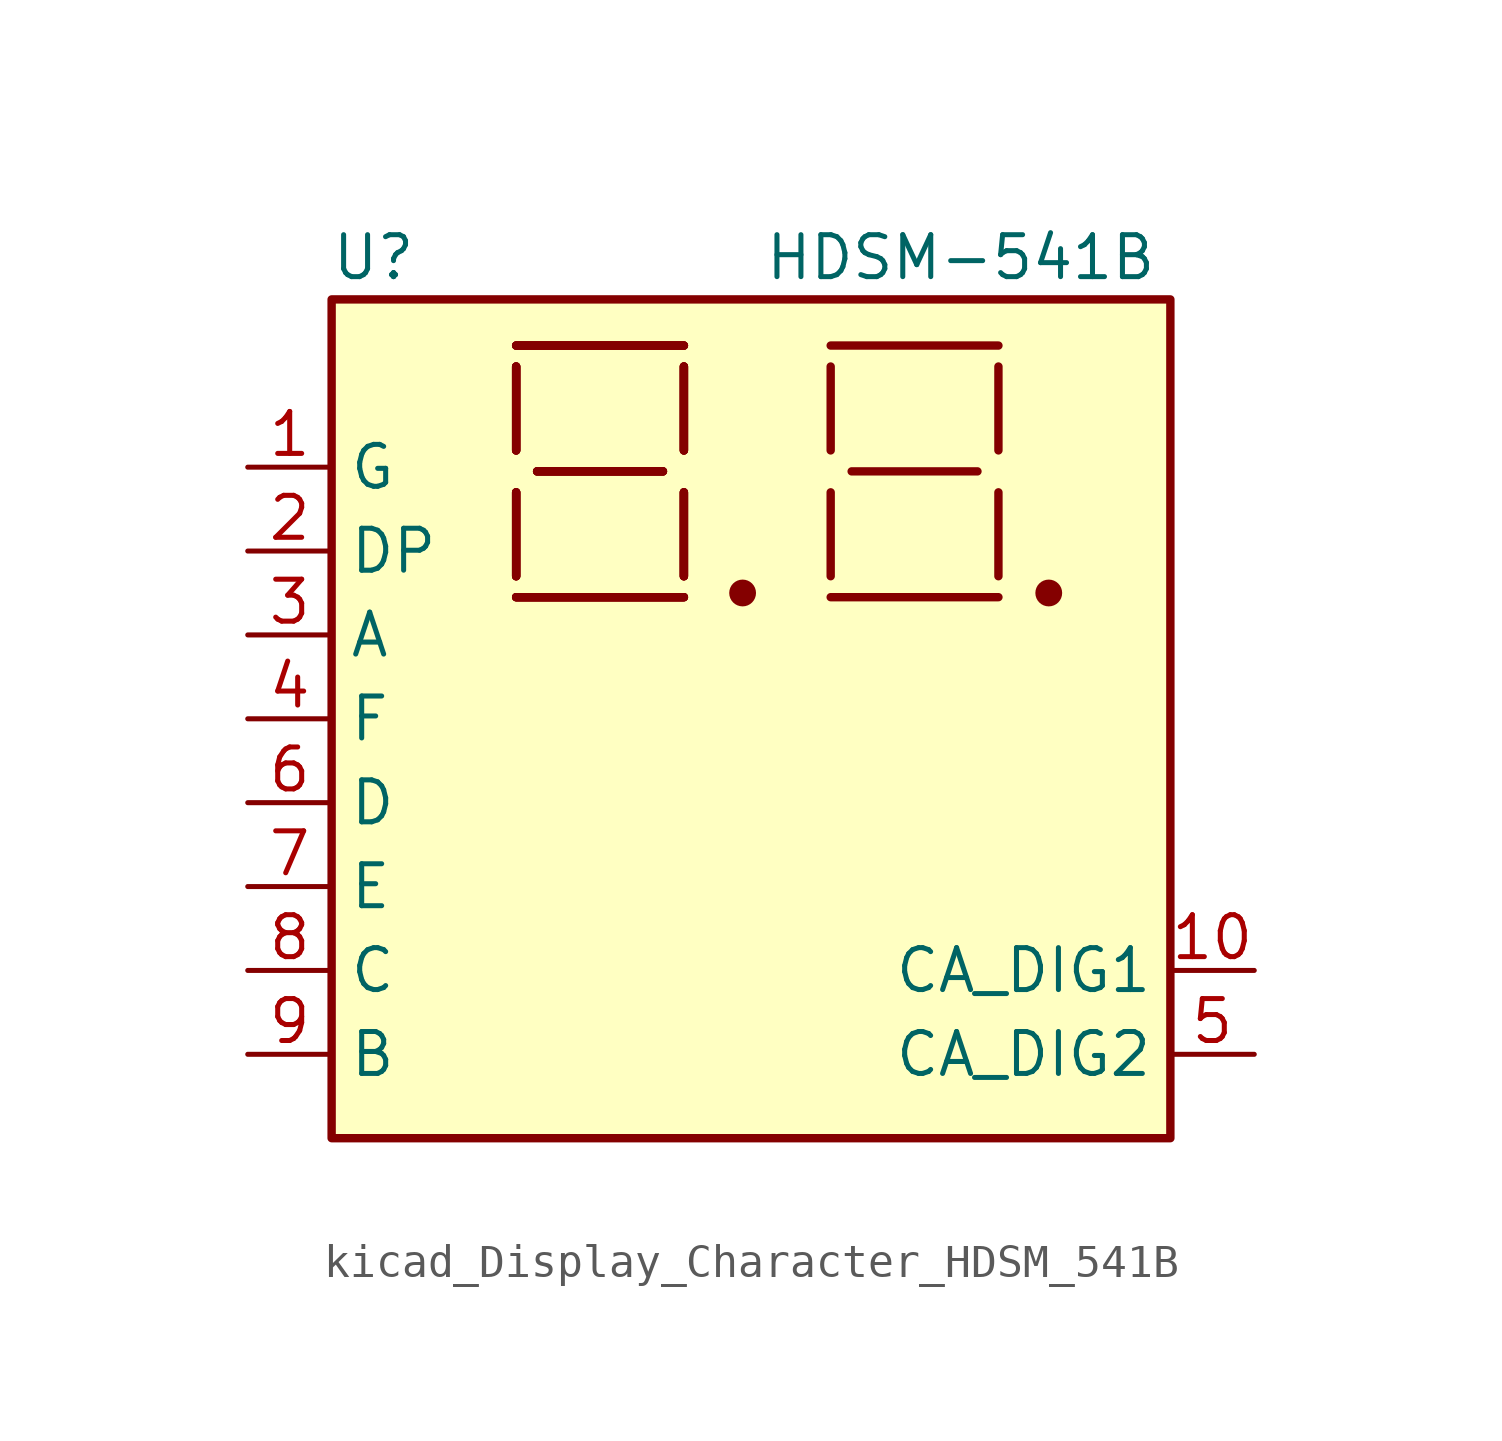
<source format=kicad_sym>
(kicad_symbol_lib
  (version 20220914)
  (generator kicad_symbol_editor)
  (symbol "kicad_Display_Character_HDSM_541B"
    (property "Reference" "U"
      (at -11.43 13.97 0)
      (effects (font (size 1.27 1.27))))
    (property "Value" "HDSM-541B"
      (at 6.35 13.97 0)
      (effects (font (size 1.27 1.27))))
    (symbol "kicad_Display_Character_HDSM_541B_0_1"
      (rectangle (start -12.7 12.7) (end 12.7 -12.7) (stroke (width 0.254) (type default)) (fill (type background)))
      (circle (center -0.254 3.81) (radius 0.279) (stroke (width 0.254) (type default)) (fill (type outline)))
      (polyline (pts (xy -7.112 3.683) (xy -2.032 3.683)) (stroke (width 0.254) (type default)) (fill (type none)))
      (polyline (pts (xy -7.112 3.683) (xy -2.032 3.683)) (stroke (width 0.254) (type default)) (fill (type none)))
      (polyline (pts (xy -7.112 3.683) (xy -2.032 3.683)) (stroke (width 0.254) (type default)) (fill (type none)))
      (polyline (pts (xy -7.112 3.683) (xy -2.032 3.683)) (stroke (width 0.254) (type default)) (fill (type none)))
      (polyline (pts (xy -7.112 4.318) (xy -7.112 6.858)) (stroke (width 0.254) (type default)) (fill (type none)))
      (polyline (pts (xy -7.112 4.318) (xy -7.112 6.858)) (stroke (width 0.254) (type default)) (fill (type none)))
      (polyline (pts (xy -7.112 4.318) (xy -7.112 6.858)) (stroke (width 0.254) (type default)) (fill (type none)))
      (polyline (pts (xy -7.112 4.318) (xy -7.112 6.858)) (stroke (width 0.254) (type default)) (fill (type none)))
      (polyline (pts (xy -7.112 8.128) (xy -7.112 10.668)) (stroke (width 0.254) (type default)) (fill (type none)))
      (polyline (pts (xy -7.112 8.128) (xy -7.112 10.668)) (stroke (width 0.254) (type default)) (fill (type none)))
      (polyline (pts (xy -7.112 8.128) (xy -7.112 10.668)) (stroke (width 0.254) (type default)) (fill (type none)))
      (polyline (pts (xy -7.112 8.128) (xy -7.112 10.668)) (stroke (width 0.254) (type default)) (fill (type none)))
      (polyline (pts (xy -7.112 11.303) (xy -2.032 11.303)) (stroke (width 0.254) (type default)) (fill (type none)))
      (polyline (pts (xy -7.112 11.303) (xy -2.032 11.303)) (stroke (width 0.254) (type default)) (fill (type none)))
      (polyline (pts (xy -7.112 11.303) (xy -2.032 11.303)) (stroke (width 0.254) (type default)) (fill (type none)))
      (polyline (pts (xy -7.112 11.303) (xy -2.032 11.303)) (stroke (width 0.254) (type default)) (fill (type none)))
      (polyline (pts (xy -6.477 7.493) (xy -2.667 7.493)) (stroke (width 0.254) (type default)) (fill (type none)))
      (polyline (pts (xy -6.477 7.493) (xy -2.667 7.493)) (stroke (width 0.254) (type default)) (fill (type none)))
      (polyline (pts (xy -6.477 7.493) (xy -2.667 7.493)) (stroke (width 0.254) (type default)) (fill (type none)))
      (polyline (pts (xy -6.477 7.493) (xy -2.667 7.493)) (stroke (width 0.254) (type default)) (fill (type none)))
      (polyline (pts (xy -2.032 4.318) (xy -2.032 6.858)) (stroke (width 0.254) (type default)) (fill (type none)))
      (polyline (pts (xy -2.032 4.318) (xy -2.032 6.858)) (stroke (width 0.254) (type default)) (fill (type none)))
      (polyline (pts (xy -2.032 4.318) (xy -2.032 6.858)) (stroke (width 0.254) (type default)) (fill (type none)))
      (polyline (pts (xy -2.032 4.318) (xy -2.032 6.858)) (stroke (width 0.254) (type default)) (fill (type none)))
      (polyline (pts (xy -2.032 10.668) (xy -2.032 8.128)) (stroke (width 0.254) (type default)) (fill (type none)))
      (polyline (pts (xy -2.032 10.668) (xy -2.032 8.128)) (stroke (width 0.254) (type default)) (fill (type none)))
      (polyline (pts (xy -2.032 10.668) (xy -2.032 8.128)) (stroke (width 0.254) (type default)) (fill (type none)))
      (polyline (pts (xy -2.032 10.668) (xy -2.032 8.128)) (stroke (width 0.254) (type default)) (fill (type none)))
      (polyline (pts (xy 2.413 3.683) (xy 7.493 3.683)) (stroke (width 0.254) (type default)) (fill (type none)))
      (polyline (pts (xy 2.413 4.318) (xy 2.413 6.858)) (stroke (width 0.254) (type default)) (fill (type none)))
      (polyline (pts (xy 2.413 8.128) (xy 2.413 10.668)) (stroke (width 0.254) (type default)) (fill (type none)))
      (polyline (pts (xy 2.413 11.303) (xy 7.493 11.303)) (stroke (width 0.254) (type default)) (fill (type none)))
      (polyline (pts (xy 3.048 7.493) (xy 6.858 7.493)) (stroke (width 0.254) (type default)) (fill (type none)))
      (polyline (pts (xy 7.493 4.318) (xy 7.493 6.858)) (stroke (width 0.254) (type default)) (fill (type none)))
      (polyline (pts (xy 7.493 8.128) (xy 7.493 10.668)) (stroke (width 0.254) (type default)) (fill (type none)))
      (circle (center 9.017 3.81) (radius 0.279) (stroke (width 0.254) (type default)) (fill (type outline))))
    (symbol "kicad_Display_Character_HDSM_541B_1_1"
      (pin input line (at -15.24 7.62 0) (length 2.54) (name "G" (effects (font (size 1.27 1.27)))) (number "1" (effects (font (size 1.27 1.27)))))
      (pin input line (at 15.24 -7.62 180) (length 2.54) (name "CA_DIG1" (effects (font (size 1.27 1.27)))) (number "10" (effects (font (size 1.27 1.27)))))
      (pin input line (at -15.24 5.08 0) (length 2.54) (name "DP" (effects (font (size 1.27 1.27)))) (number "2" (effects (font (size 1.27 1.27)))))
      (pin input line (at -15.24 2.54 0) (length 2.54) (name "A" (effects (font (size 1.27 1.27)))) (number "3" (effects (font (size 1.27 1.27)))))
      (pin input line (at -15.24 0 0) (length 2.54) (name "F" (effects (font (size 1.27 1.27)))) (number "4" (effects (font (size 1.27 1.27)))))
      (pin input line (at 15.24 -10.16 180) (length 2.54) (name "CA_DIG2" (effects (font (size 1.27 1.27)))) (number "5" (effects (font (size 1.27 1.27)))))
      (pin input line (at -15.24 -2.54 0) (length 2.54) (name "D" (effects (font (size 1.27 1.27)))) (number "6" (effects (font (size 1.27 1.27)))))
      (pin input line (at -15.24 -5.08 0) (length 2.54) (name "E" (effects (font (size 1.27 1.27)))) (number "7" (effects (font (size 1.27 1.27)))))
      (pin input line (at -15.24 -7.62 0) (length 2.54) (name "C" (effects (font (size 1.27 1.27)))) (number "8" (effects (font (size 1.27 1.27)))))
      (pin input line (at -15.24 -10.16 0) (length 2.54) (name "B" (effects (font (size 1.27 1.27)))) (number "9" (effects (font (size 1.27 1.27))))))))
</source>
